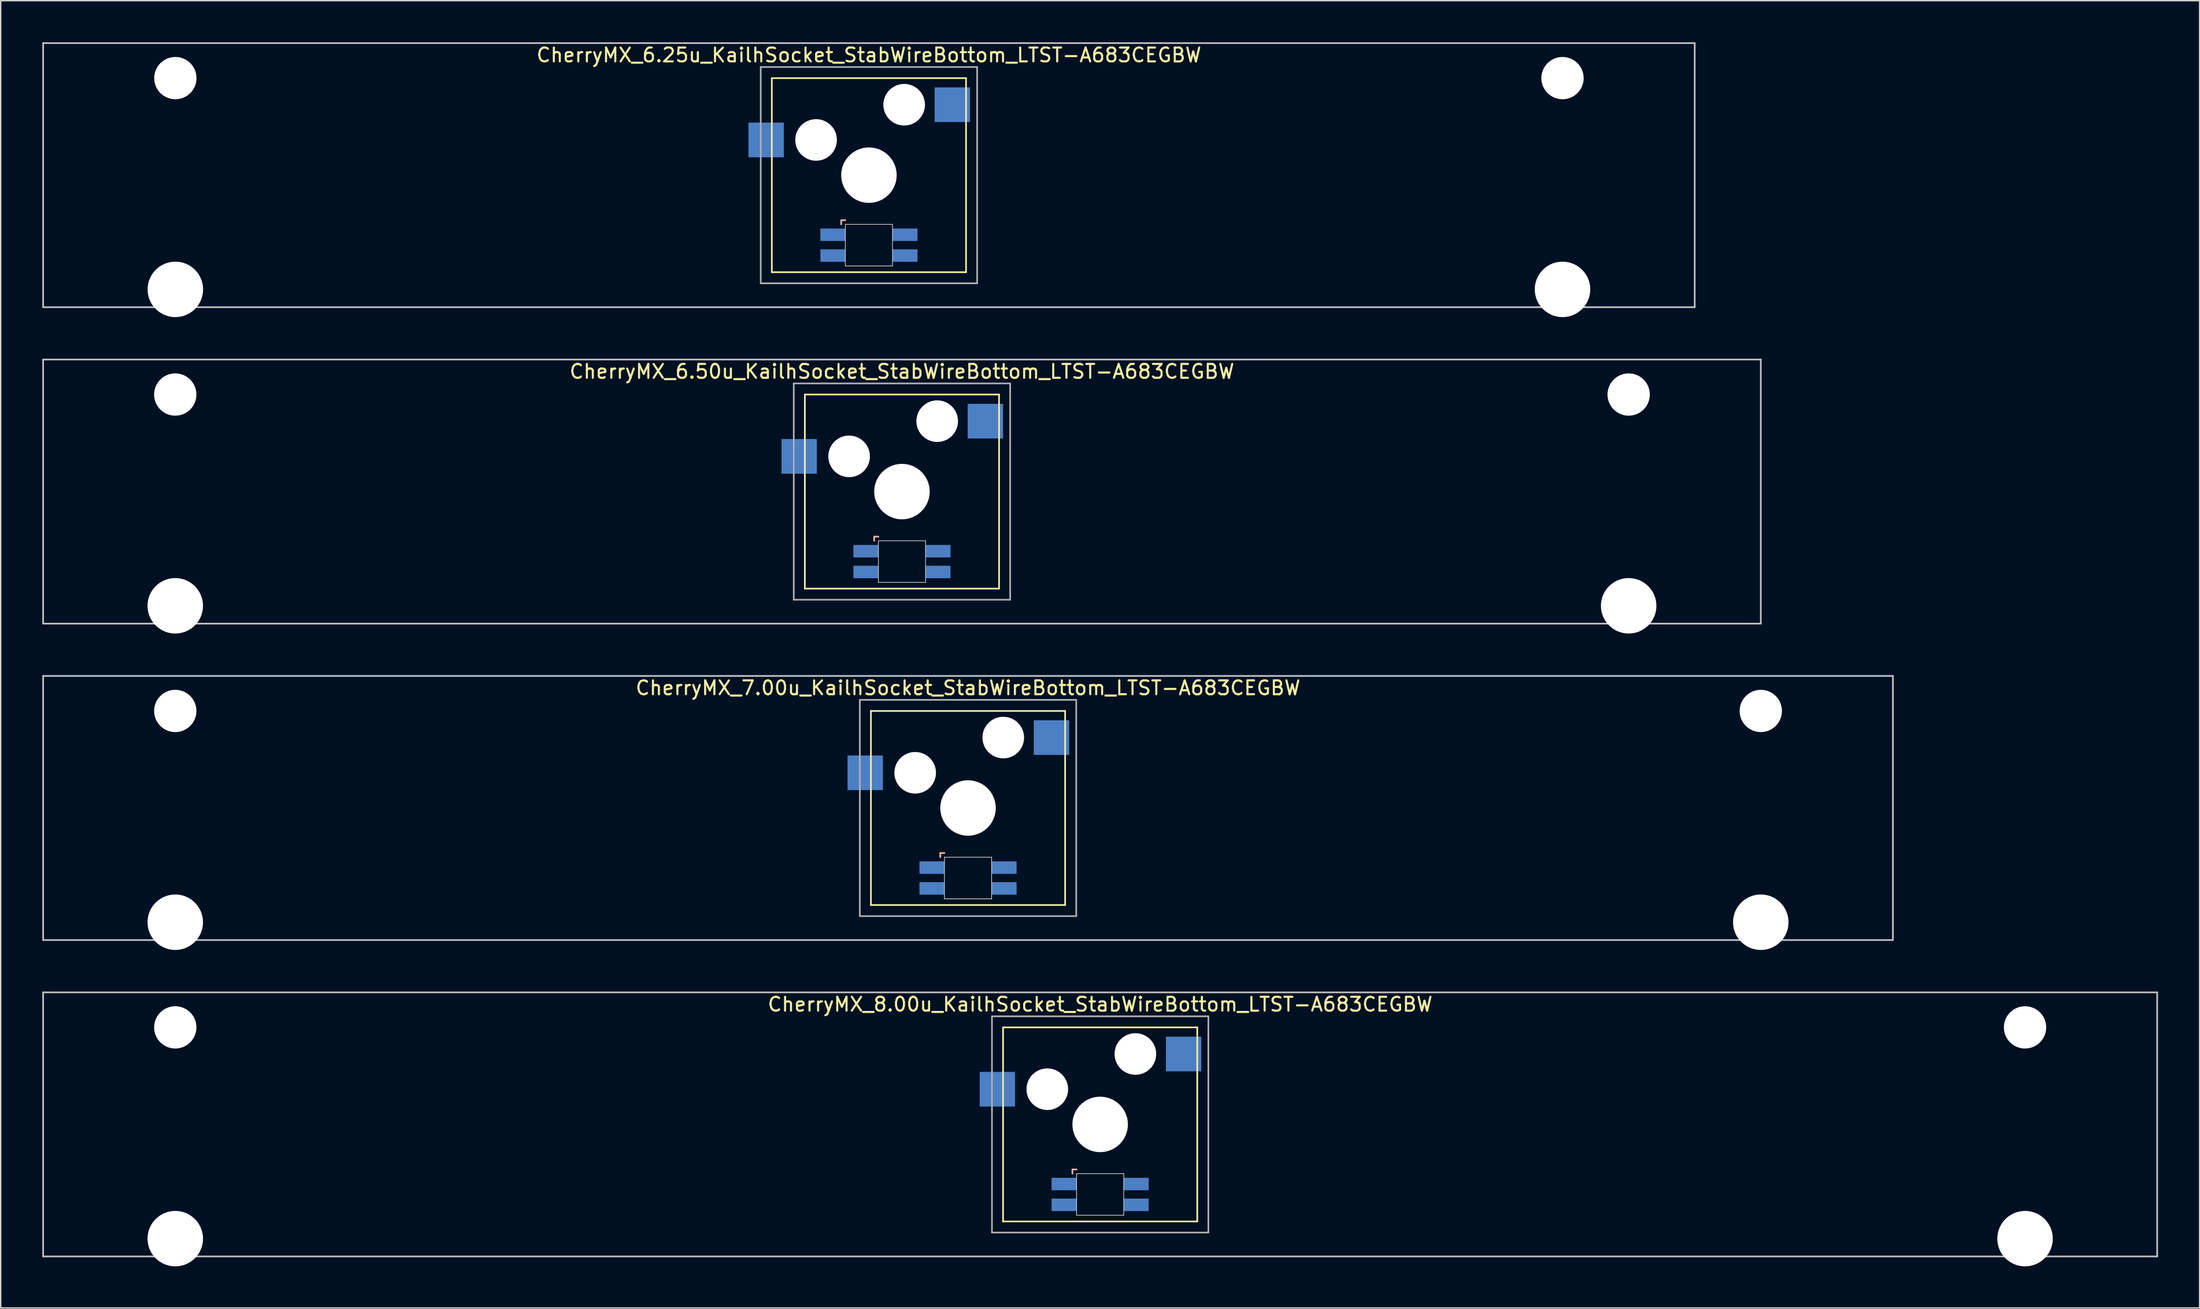
<source format=kicad_pcb>
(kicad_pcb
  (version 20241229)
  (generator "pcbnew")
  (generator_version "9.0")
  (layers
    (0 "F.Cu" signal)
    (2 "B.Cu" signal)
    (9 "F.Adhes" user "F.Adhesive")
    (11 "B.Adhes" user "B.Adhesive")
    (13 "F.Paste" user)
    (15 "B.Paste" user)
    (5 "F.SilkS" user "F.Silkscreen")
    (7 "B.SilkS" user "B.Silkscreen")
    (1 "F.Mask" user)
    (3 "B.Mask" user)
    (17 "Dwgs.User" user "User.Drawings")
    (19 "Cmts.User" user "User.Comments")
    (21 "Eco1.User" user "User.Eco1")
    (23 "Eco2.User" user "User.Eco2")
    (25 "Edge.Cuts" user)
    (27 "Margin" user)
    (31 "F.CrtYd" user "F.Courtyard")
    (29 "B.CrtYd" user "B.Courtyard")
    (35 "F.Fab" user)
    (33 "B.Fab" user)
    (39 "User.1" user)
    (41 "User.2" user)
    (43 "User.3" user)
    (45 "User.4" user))
  (footprint "CherryMX_7.00u_KailhSocket_StabWireBottom_LTST-A683CEGBW"
    (layer "F.Cu")
    (at 66.735 55.235)
    (property "Reference" "CherryMX_7.00u_KailhSocket_StabWireBottom_LTST-A683CEGBW" (at 0 -8.662 0) (layer "F.SilkS") (effects (font (size 1 1) (thickness 0.15))))
    (attr through_hole)
    (fp_line (start -7 -7) (end -7 7) (stroke (width 0.12) (type solid)) (layer "F.SilkS"))
    (fp_line (start -7 -7) (end 7 -7) (stroke (width 0.12) (type solid)) (layer "F.SilkS"))
    (fp_line (start 7 -7) (end 7 7) (stroke (width 0.12) (type solid)) (layer "F.SilkS"))
    (fp_line (start 7 7) (end -7 7) (stroke (width 0.12) (type solid)) (layer "F.SilkS"))
    (fp_line (start -2 3.25) (end -2 3.55) (stroke (width 0.12) (type solid)) (layer "B.SilkS"))
    (fp_line (start -1.7 3.25) (end -2 3.25) (stroke (width 0.12) (type solid)) (layer "B.SilkS"))
    (fp_line (start -66.675 -9.525) (end 66.675 -9.525) (stroke (width 0.12) (type solid)) (layer "Dwgs.User"))
    (fp_line (start -66.675 9.525) (end -66.675 -9.525) (stroke (width 0.12) (type solid)) (layer "Dwgs.User"))
    (fp_line (start 66.675 -9.525) (end 66.675 9.525) (stroke (width 0.12) (type solid)) (layer "Dwgs.User"))
    (fp_line (start 66.675 9.525) (end -66.675 9.525) (stroke (width 0.12) (type solid)) (layer "Dwgs.User"))
    (fp_line (start -1.7 3.55) (end 1.7 3.55) (stroke (width 0.05) (type solid)) (layer "Edge.Cuts"))
    (fp_line (start -1.7 6.55) (end -1.7 3.55) (stroke (width 0.05) (type solid)) (layer "Edge.Cuts"))
    (fp_line (start 1.7 3.55) (end 1.7 6.55) (stroke (width 0.05) (type solid)) (layer "Edge.Cuts"))
    (fp_line (start 1.7 6.55) (end -1.7 6.55) (stroke (width 0.05) (type solid)) (layer "Edge.Cuts"))
    (fp_line (start -7.8 -7.8) (end -7.8 7.8) (stroke (width 0.12) (type solid)) (layer "F.Fab"))
    (fp_line (start -7.8 -7.8) (end 7.8 -7.8) (stroke (width 0.12) (type solid)) (layer "F.Fab"))
    (fp_line (start -7.8 7.8) (end 7.8 7.8) (stroke (width 0.12) (type solid)) (layer "F.Fab"))
    (fp_line (start 7.8 -7.8) (end 7.8 7.8) (stroke (width 0.12) (type solid)) (layer "F.Fab"))
    (pad "" np_thru_hole circle (at -57.15 -7) (size 3.05 3.05) (drill 3.05) (layers "*.Cu" "*.Mask"))
    (pad "" np_thru_hole circle (at -57.15 8.24) (size 4 4) (drill 4) (layers "*.Cu" "*.Mask"))
    (pad "" np_thru_hole circle (at -3.81 -2.54) (size 3 3) (drill 3) (layers "*.Cu" "*.Mask"))
    (pad "" np_thru_hole circle (at 0 0) (size 4 4) (drill 4) (layers "*.Cu" "*.Mask"))
    (pad "" np_thru_hole circle (at 2.54 -5.08) (size 3 3) (drill 3) (layers "*.Cu" "*.Mask"))
    (pad "" np_thru_hole circle (at 57.15 -7) (size 3.05 3.05) (drill 3.05) (layers "*.Cu" "*.Mask"))
    (pad "" np_thru_hole circle (at 57.15 8.24) (size 4 4) (drill 4) (layers "*.Cu" "*.Mask"))
    (pad "1" smd rect (at -7.41 -2.54) (size 2.55 2.5) (layers "B.Cu" "B.Mask" "B.Paste"))
    (pad "2" smd rect (at 6.015 -5.08) (size 2.55 2.5) (layers "B.Cu" "B.Mask" "B.Paste"))
    (pad "3" smd rect (at -2.6 4.3) (size 1.8 0.9) (layers "B.Cu" "B.Mask" "B.Paste"))
    (pad "4" smd rect (at -2.6 5.8) (size 1.8 0.9) (layers "B.Cu" "B.Mask" "B.Paste"))
    (pad "5" smd rect (at 2.6 4.3) (size 1.8 0.9) (layers "B.Cu" "B.Mask" "B.Paste"))
    (pad "6" smd rect (at 2.6 5.8) (size 1.8 0.9) (layers "B.Cu" "B.Mask" "B.Paste")))
  (footprint "CherryMX_6.25u_KailhSocket_StabWireBottom_LTST-A683CEGBW"
    (layer "F.Cu")
    (at 59.591 9.585)
    (property "Reference" "CherryMX_6.25u_KailhSocket_StabWireBottom_LTST-A683CEGBW" (at 0 -8.662 0) (layer "F.SilkS") (effects (font (size 1 1) (thickness 0.15))))
    (attr through_hole)
    (fp_line (start -7 -7) (end -7 7) (stroke (width 0.12) (type solid)) (layer "F.SilkS"))
    (fp_line (start -7 -7) (end 7 -7) (stroke (width 0.12) (type solid)) (layer "F.SilkS"))
    (fp_line (start 7 -7) (end 7 7) (stroke (width 0.12) (type solid)) (layer "F.SilkS"))
    (fp_line (start 7 7) (end -7 7) (stroke (width 0.12) (type solid)) (layer "F.SilkS"))
    (fp_line (start -2 3.25) (end -2 3.55) (stroke (width 0.12) (type solid)) (layer "B.SilkS"))
    (fp_line (start -1.7 3.25) (end -2 3.25) (stroke (width 0.12) (type solid)) (layer "B.SilkS"))
    (fp_line (start -59.531 -9.525) (end 59.531 -9.525) (stroke (width 0.12) (type solid)) (layer "Dwgs.User"))
    (fp_line (start -59.531 9.525) (end -59.531 -9.525) (stroke (width 0.12) (type solid)) (layer "Dwgs.User"))
    (fp_line (start 59.531 -9.525) (end 59.531 9.525) (stroke (width 0.12) (type solid)) (layer "Dwgs.User"))
    (fp_line (start 59.531 9.525) (end -59.531 9.525) (stroke (width 0.12) (type solid)) (layer "Dwgs.User"))
    (fp_line (start -1.7 3.55) (end 1.7 3.55) (stroke (width 0.05) (type solid)) (layer "Edge.Cuts"))
    (fp_line (start -1.7 6.55) (end -1.7 3.55) (stroke (width 0.05) (type solid)) (layer "Edge.Cuts"))
    (fp_line (start 1.7 3.55) (end 1.7 6.55) (stroke (width 0.05) (type solid)) (layer "Edge.Cuts"))
    (fp_line (start 1.7 6.55) (end -1.7 6.55) (stroke (width 0.05) (type solid)) (layer "Edge.Cuts"))
    (fp_line (start -7.8 -7.8) (end -7.8 7.8) (stroke (width 0.12) (type solid)) (layer "F.Fab"))
    (fp_line (start -7.8 -7.8) (end 7.8 -7.8) (stroke (width 0.12) (type solid)) (layer "F.Fab"))
    (fp_line (start -7.8 7.8) (end 7.8 7.8) (stroke (width 0.12) (type solid)) (layer "F.Fab"))
    (fp_line (start 7.8 -7.8) (end 7.8 7.8) (stroke (width 0.12) (type solid)) (layer "F.Fab"))
    (pad "" np_thru_hole circle (at -50 -7) (size 3.05 3.05) (drill 3.05) (layers "*.Cu" "*.Mask"))
    (pad "" np_thru_hole circle (at -50 8.24) (size 4 4) (drill 4) (layers "*.Cu" "*.Mask"))
    (pad "" np_thru_hole circle (at -3.81 -2.54) (size 3 3) (drill 3) (layers "*.Cu" "*.Mask"))
    (pad "" np_thru_hole circle (at 0 0) (size 4 4) (drill 4) (layers "*.Cu" "*.Mask"))
    (pad "" np_thru_hole circle (at 2.54 -5.08) (size 3 3) (drill 3) (layers "*.Cu" "*.Mask"))
    (pad "" np_thru_hole circle (at 50 -7) (size 3.05 3.05) (drill 3.05) (layers "*.Cu" "*.Mask"))
    (pad "" np_thru_hole circle (at 50 8.24) (size 4 4) (drill 4) (layers "*.Cu" "*.Mask"))
    (pad "1" smd rect (at -7.41 -2.54) (size 2.55 2.5) (layers "B.Cu" "B.Mask" "B.Paste"))
    (pad "2" smd rect (at 6.015 -5.08) (size 2.55 2.5) (layers "B.Cu" "B.Mask" "B.Paste"))
    (pad "3" smd rect (at -2.6 4.3) (size 1.8 0.9) (layers "B.Cu" "B.Mask" "B.Paste"))
    (pad "4" smd rect (at -2.6 5.8) (size 1.8 0.9) (layers "B.Cu" "B.Mask" "B.Paste"))
    (pad "5" smd rect (at 2.6 4.3) (size 1.8 0.9) (layers "B.Cu" "B.Mask" "B.Paste"))
    (pad "6" smd rect (at 2.6 5.8) (size 1.8 0.9) (layers "B.Cu" "B.Mask" "B.Paste")))
  (footprint "CherryMX_8.00u_KailhSocket_StabWireBottom_LTST-A683CEGBW"
    (layer "F.Cu")
    (at 76.26 78.06)
    (property "Reference" "CherryMX_8.00u_KailhSocket_StabWireBottom_LTST-A683CEGBW" (at 0 -8.662 0) (layer "F.SilkS") (effects (font (size 1 1) (thickness 0.15))))
    (attr through_hole)
    (fp_line (start -7 -7) (end -7 7) (stroke (width 0.12) (type solid)) (layer "F.SilkS"))
    (fp_line (start -7 -7) (end 7 -7) (stroke (width 0.12) (type solid)) (layer "F.SilkS"))
    (fp_line (start 7 -7) (end 7 7) (stroke (width 0.12) (type solid)) (layer "F.SilkS"))
    (fp_line (start 7 7) (end -7 7) (stroke (width 0.12) (type solid)) (layer "F.SilkS"))
    (fp_line (start -2 3.25) (end -2 3.55) (stroke (width 0.12) (type solid)) (layer "B.SilkS"))
    (fp_line (start -1.7 3.25) (end -2 3.25) (stroke (width 0.12) (type solid)) (layer "B.SilkS"))
    (fp_line (start -76.2 -9.525) (end 76.2 -9.525) (stroke (width 0.12) (type solid)) (layer "Dwgs.User"))
    (fp_line (start -76.2 9.525) (end -76.2 -9.525) (stroke (width 0.12) (type solid)) (layer "Dwgs.User"))
    (fp_line (start 76.2 -9.525) (end 76.2 9.525) (stroke (width 0.12) (type solid)) (layer "Dwgs.User"))
    (fp_line (start 76.2 9.525) (end -76.2 9.525) (stroke (width 0.12) (type solid)) (layer "Dwgs.User"))
    (fp_line (start -1.7 3.55) (end 1.7 3.55) (stroke (width 0.05) (type solid)) (layer "Edge.Cuts"))
    (fp_line (start -1.7 6.55) (end -1.7 3.55) (stroke (width 0.05) (type solid)) (layer "Edge.Cuts"))
    (fp_line (start 1.7 3.55) (end 1.7 6.55) (stroke (width 0.05) (type solid)) (layer "Edge.Cuts"))
    (fp_line (start 1.7 6.55) (end -1.7 6.55) (stroke (width 0.05) (type solid)) (layer "Edge.Cuts"))
    (fp_line (start -7.8 -7.8) (end -7.8 7.8) (stroke (width 0.12) (type solid)) (layer "F.Fab"))
    (fp_line (start -7.8 -7.8) (end 7.8 -7.8) (stroke (width 0.12) (type solid)) (layer "F.Fab"))
    (fp_line (start -7.8 7.8) (end 7.8 7.8) (stroke (width 0.12) (type solid)) (layer "F.Fab"))
    (fp_line (start 7.8 -7.8) (end 7.8 7.8) (stroke (width 0.12) (type solid)) (layer "F.Fab"))
    (pad "" np_thru_hole circle (at -66.675 -7) (size 3.05 3.05) (drill 3.05) (layers "*.Cu" "*.Mask"))
    (pad "" np_thru_hole circle (at -66.675 8.24) (size 4 4) (drill 4) (layers "*.Cu" "*.Mask"))
    (pad "" np_thru_hole circle (at -3.81 -2.54) (size 3 3) (drill 3) (layers "*.Cu" "*.Mask"))
    (pad "" np_thru_hole circle (at 0 0) (size 4 4) (drill 4) (layers "*.Cu" "*.Mask"))
    (pad "" np_thru_hole circle (at 2.54 -5.08) (size 3 3) (drill 3) (layers "*.Cu" "*.Mask"))
    (pad "" np_thru_hole circle (at 66.675 -7) (size 3.05 3.05) (drill 3.05) (layers "*.Cu" "*.Mask"))
    (pad "" np_thru_hole circle (at 66.675 8.24) (size 4 4) (drill 4) (layers "*.Cu" "*.Mask"))
    (pad "1" smd rect (at -7.41 -2.54) (size 2.55 2.5) (layers "B.Cu" "B.Mask" "B.Paste"))
    (pad "2" smd rect (at 6.015 -5.08) (size 2.55 2.5) (layers "B.Cu" "B.Mask" "B.Paste"))
    (pad "3" smd rect (at -2.6 4.3) (size 1.8 0.9) (layers "B.Cu" "B.Mask" "B.Paste"))
    (pad "4" smd rect (at -2.6 5.8) (size 1.8 0.9) (layers "B.Cu" "B.Mask" "B.Paste"))
    (pad "5" smd rect (at 2.6 4.3) (size 1.8 0.9) (layers "B.Cu" "B.Mask" "B.Paste"))
    (pad "6" smd rect (at 2.6 5.8) (size 1.8 0.9) (layers "B.Cu" "B.Mask" "B.Paste")))
  (footprint "CherryMX_6.50u_KailhSocket_StabWireBottom_LTST-A683CEGBW"
    (layer "F.Cu")
    (at 61.972 32.41)
    (property "Reference" "CherryMX_6.50u_KailhSocket_StabWireBottom_LTST-A683CEGBW" (at 0 -8.662 0) (layer "F.SilkS") (effects (font (size 1 1) (thickness 0.15))))
    (attr through_hole)
    (fp_line (start -7 -7) (end -7 7) (stroke (width 0.12) (type solid)) (layer "F.SilkS"))
    (fp_line (start -7 -7) (end 7 -7) (stroke (width 0.12) (type solid)) (layer "F.SilkS"))
    (fp_line (start 7 -7) (end 7 7) (stroke (width 0.12) (type solid)) (layer "F.SilkS"))
    (fp_line (start 7 7) (end -7 7) (stroke (width 0.12) (type solid)) (layer "F.SilkS"))
    (fp_line (start -2 3.25) (end -2 3.55) (stroke (width 0.12) (type solid)) (layer "B.SilkS"))
    (fp_line (start -1.7 3.25) (end -2 3.25) (stroke (width 0.12) (type solid)) (layer "B.SilkS"))
    (fp_line (start -61.913 -9.525) (end 61.913 -9.525) (stroke (width 0.12) (type solid)) (layer "Dwgs.User"))
    (fp_line (start -61.913 9.525) (end -61.913 -9.525) (stroke (width 0.12) (type solid)) (layer "Dwgs.User"))
    (fp_line (start 61.913 -9.525) (end 61.913 9.525) (stroke (width 0.12) (type solid)) (layer "Dwgs.User"))
    (fp_line (start 61.913 9.525) (end -61.913 9.525) (stroke (width 0.12) (type solid)) (layer "Dwgs.User"))
    (fp_line (start -1.7 3.55) (end 1.7 3.55) (stroke (width 0.05) (type solid)) (layer "Edge.Cuts"))
    (fp_line (start -1.7 6.55) (end -1.7 3.55) (stroke (width 0.05) (type solid)) (layer "Edge.Cuts"))
    (fp_line (start 1.7 3.55) (end 1.7 6.55) (stroke (width 0.05) (type solid)) (layer "Edge.Cuts"))
    (fp_line (start 1.7 6.55) (end -1.7 6.55) (stroke (width 0.05) (type solid)) (layer "Edge.Cuts"))
    (fp_line (start -7.8 -7.8) (end -7.8 7.8) (stroke (width 0.12) (type solid)) (layer "F.Fab"))
    (fp_line (start -7.8 -7.8) (end 7.8 -7.8) (stroke (width 0.12) (type solid)) (layer "F.Fab"))
    (fp_line (start -7.8 7.8) (end 7.8 7.8) (stroke (width 0.12) (type solid)) (layer "F.Fab"))
    (fp_line (start 7.8 -7.8) (end 7.8 7.8) (stroke (width 0.12) (type solid)) (layer "F.Fab"))
    (pad "" np_thru_hole circle (at -52.388 -7) (size 3.05 3.05) (drill 3.05) (layers "*.Cu" "*.Mask"))
    (pad "" np_thru_hole circle (at -52.388 8.24) (size 4 4) (drill 4) (layers "*.Cu" "*.Mask"))
    (pad "" np_thru_hole circle (at -3.81 -2.54) (size 3 3) (drill 3) (layers "*.Cu" "*.Mask"))
    (pad "" np_thru_hole circle (at 0 0) (size 4 4) (drill 4) (layers "*.Cu" "*.Mask"))
    (pad "" np_thru_hole circle (at 2.54 -5.08) (size 3 3) (drill 3) (layers "*.Cu" "*.Mask"))
    (pad "" np_thru_hole circle (at 52.388 -7) (size 3.05 3.05) (drill 3.05) (layers "*.Cu" "*.Mask"))
    (pad "" np_thru_hole circle (at 52.388 8.24) (size 4 4) (drill 4) (layers "*.Cu" "*.Mask"))
    (pad "1" smd rect (at -7.41 -2.54) (size 2.55 2.5) (layers "B.Cu" "B.Mask" "B.Paste"))
    (pad "2" smd rect (at 6.015 -5.08) (size 2.55 2.5) (layers "B.Cu" "B.Mask" "B.Paste"))
    (pad "3" smd rect (at -2.6 4.3) (size 1.8 0.9) (layers "B.Cu" "B.Mask" "B.Paste"))
    (pad "4" smd rect (at -2.6 5.8) (size 1.8 0.9) (layers "B.Cu" "B.Mask" "B.Paste"))
    (pad "5" smd rect (at 2.6 4.3) (size 1.8 0.9) (layers "B.Cu" "B.Mask" "B.Paste"))
    (pad "6" smd rect (at 2.6 5.8) (size 1.8 0.9) (layers "B.Cu" "B.Mask" "B.Paste")))
  (gr_rect
    (start -3 -3)
    (end 155.52 91.3)
    (stroke (width 0.1) (type default))
    (fill no)
    (layer "Edge.Cuts")))
</source>
